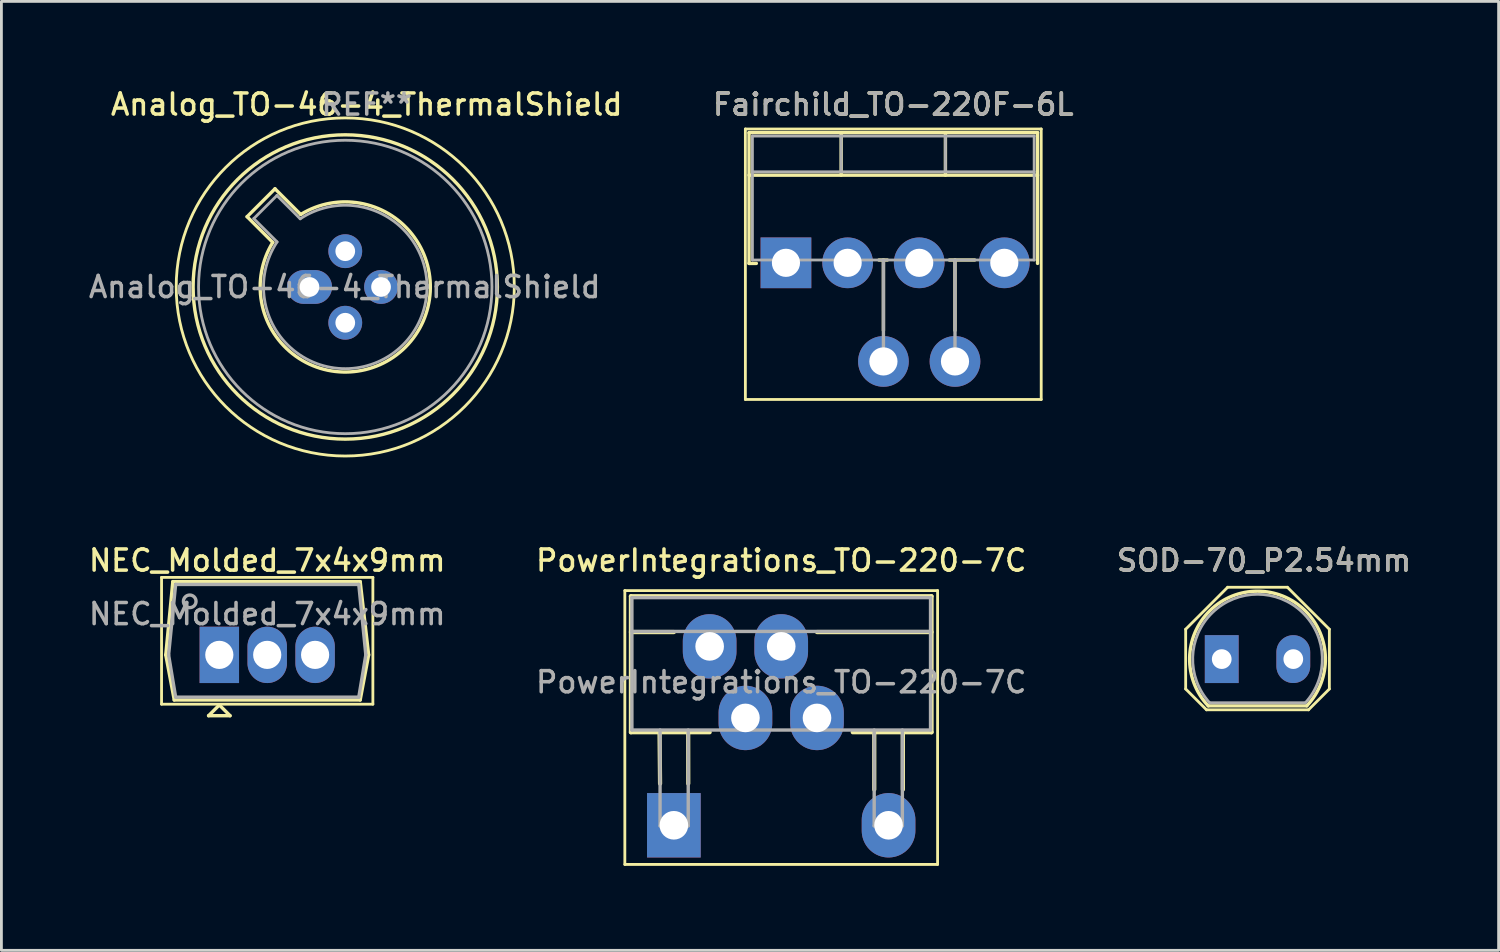
<source format=kicad_pcb>
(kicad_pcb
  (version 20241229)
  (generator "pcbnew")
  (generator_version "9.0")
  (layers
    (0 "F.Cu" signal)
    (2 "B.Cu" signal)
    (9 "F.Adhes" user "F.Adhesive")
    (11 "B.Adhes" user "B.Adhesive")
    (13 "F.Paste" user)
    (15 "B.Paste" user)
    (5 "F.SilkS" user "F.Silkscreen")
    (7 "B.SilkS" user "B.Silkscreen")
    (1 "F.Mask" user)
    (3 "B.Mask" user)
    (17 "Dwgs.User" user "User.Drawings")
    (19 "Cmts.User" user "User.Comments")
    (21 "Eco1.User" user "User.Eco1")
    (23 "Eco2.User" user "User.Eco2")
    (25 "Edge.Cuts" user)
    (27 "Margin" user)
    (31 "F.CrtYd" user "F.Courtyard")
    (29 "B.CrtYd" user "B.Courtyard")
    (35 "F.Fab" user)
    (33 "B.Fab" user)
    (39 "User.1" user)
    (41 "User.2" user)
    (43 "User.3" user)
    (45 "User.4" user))
  (footprint "Fairchild_TO-220F-6L"
    (layer "F.Cu")
    (at 24.845 6.278)
    (property "Reference" "Fairchild_TO-220F-6L" (at 3.81 -5.62 0) (layer "F.SilkS") (effects (font (size 0.75 0.75) (thickness 0.125))))
    (attr through_hole)
    (fp_line (start -1.44 -4.75) (end -1.44 4.85) (stroke (width 0.1) (type solid)) (layer "F.SilkS"))
    (fp_line (start -1.44 4.85) (end 9.06 4.85) (stroke (width 0.1) (type solid)) (layer "F.SilkS"))
    (fp_line (start -1.31 -4.62) (end -1.31 0.021) (stroke (width 0.12) (type solid)) (layer "F.SilkS"))
    (fp_line (start -1.31 -4.62) (end 8.93 -4.62) (stroke (width 0.12) (type solid)) (layer "F.SilkS"))
    (fp_line (start -1.31 -3.111) (end 8.93 -3.111) (stroke (width 0.12) (type solid)) (layer "F.SilkS"))
    (fp_line (start -1.31 0.021) (end -1.05 0.021) (stroke (width 0.12) (type solid)) (layer "F.SilkS"))
    (fp_line (start 1.96 -4.62) (end 1.96 -3.111) (stroke (width 0.12) (type solid)) (layer "F.SilkS"))
    (fp_line (start 3.3 -0.1) (end 3.6 -0.1) (stroke (width 0.12) (type solid)) (layer "F.SilkS"))
    (fp_line (start 3.46 2.4) (end 3.46 -0.1) (stroke (width 0.12) (type solid)) (layer "F.SilkS"))
    (fp_line (start 5.66 -4.62) (end 5.66 -3.111) (stroke (width 0.12) (type solid)) (layer "F.SilkS"))
    (fp_line (start 5.8 -0.1) (end 6.7 -0.1) (stroke (width 0.12) (type solid)) (layer "F.SilkS"))
    (fp_line (start 6 -0.1) (end 6 2.4) (stroke (width 0.12) (type solid)) (layer "F.SilkS"))
    (fp_line (start 8.93 -4.62) (end 8.93 0.021) (stroke (width 0.12) (type solid)) (layer "F.SilkS"))
    (fp_line (start 9.06 -4.75) (end -1.44 -4.75) (stroke (width 0.1) (type solid)) (layer "F.SilkS"))
    (fp_line (start 9.06 4.85) (end 9.06 -4.75) (stroke (width 0.1) (type solid)) (layer "F.SilkS"))
    (fp_line (start -1.19 -4.5) (end -1.19 -0.1) (stroke (width 0.1) (type solid)) (layer "F.Fab"))
    (fp_line (start -1.19 -3.23) (end 8.81 -3.23) (stroke (width 0.1) (type solid)) (layer "F.Fab"))
    (fp_line (start -1.19 -0.1) (end 8.81 -0.1) (stroke (width 0.1) (type solid)) (layer "F.Fab"))
    (fp_line (start 0 -0.1) (end 0 0) (stroke (width 0.1) (type solid)) (layer "F.Fab"))
    (fp_line (start 1.96 -4.5) (end 1.96 -3.23) (stroke (width 0.1) (type solid)) (layer "F.Fab"))
    (fp_line (start 3.46 3.5) (end 3.46 -0.1) (stroke (width 0.12) (type solid)) (layer "F.Fab"))
    (fp_line (start 5.66 -4.5) (end 5.66 -3.23) (stroke (width 0.1) (type solid)) (layer "F.Fab"))
    (fp_line (start 6 3.5) (end 6 -0.1) (stroke (width 0.12) (type solid)) (layer "F.Fab"))
    (fp_line (start 8.81 -4.5) (end -1.19 -4.5) (stroke (width 0.1) (type solid)) (layer "F.Fab"))
    (fp_line (start 8.81 -0.1) (end 8.81 -4.5) (stroke (width 0.1) (type solid)) (layer "F.Fab"))
    (fp_text user "${REFERENCE}" (at 3.81 -5.62 0) (layer "F.Fab") (effects (font (size 0.75 0.75) (thickness 0.125))))
    (pad "1" thru_hole rect (at 0 0) (size 1.8 1.8) (drill 1) (layers "*.Cu" "*.Mask"))
    (pad "2" thru_hole oval (at 2.19 0) (size 1.8 1.8) (drill 1) (layers "*.Cu" "*.Mask"))
    (pad "3" thru_hole oval (at 3.46 3.5) (size 1.8 1.8) (drill 1) (layers "*.Cu" "*.Mask"))
    (pad "4" thru_hole oval (at 4.73 0) (size 1.8 1.8) (drill 1) (layers "*.Cu" "*.Mask"))
    (pad "5" thru_hole oval (at 6 3.5) (size 1.8 1.8) (drill 1) (layers "*.Cu" "*.Mask"))
    (pad "6" thru_hole oval (at 7.75 0) (size 1.8 1.8) (drill 1) (layers "*.Cu" "*.Mask")))
  (footprint "Analog_TO-46-4_ThermalShield"
    (layer "F.Cu")
    (at 7.934 7.135)
    (property "Reference" "Analog_TO-46-4_ThermalShield" (at 2.032 -6.477 0) (layer "F.SilkS") (effects (font (size 0.75 0.75) (thickness 0.125))))
    (attr through_hole)
    (fp_line (start -2.214 -2.494) (end -1.302 -1.582) (stroke (width 0.12) (type solid)) (layer "F.SilkS"))
    (fp_line (start -1.224 -3.484) (end -2.214 -2.494) (stroke (width 0.12) (type solid)) (layer "F.SilkS"))
    (fp_line (start -0.312 -2.572) (end -1.224 -3.484) (stroke (width 0.12) (type solid)) (layer "F.SilkS"))
    (fp_arc (start -0.312331 -2.572281) (mid 3.405374 2.135551) (end -1.30215 -1.582544) (stroke (width 0.12) (type solid)) (layer "F.SilkS"))
    (fp_circle (center 1.27 0) (end 6.67 0) (stroke (width 0.12) (type solid)) (fill no) (layer "F.SilkS"))
    (fp_circle (center 1.27 0) (end 7.27 0) (stroke (width 0.1) (type solid)) (fill no) (layer "F.SilkS"))
    (fp_line (start -1.977 -2.426) (end -1.149 -1.599) (stroke (width 0.1) (type solid)) (layer "F.Fab"))
    (fp_line (start -1.156 -3.247) (end -1.977 -2.426) (stroke (width 0.1) (type solid)) (layer "F.Fab"))
    (fp_line (start -0.329 -2.419) (end -1.156 -3.247) (stroke (width 0.1) (type solid)) (layer "F.Fab"))
    (fp_arc (start -0.329057 -2.419301) (mid 3.321076 2.050143) (end -1.150029 -1.597956) (stroke (width 0.1) (type solid)) (layer "F.Fab"))
    (fp_circle (center 1.27 0) (end 6.477 0) (stroke (width 0.1) (type solid)) (fill no) (layer "F.Fab"))
    (fp_text user "${REFERENCE}" (at 1.25 0 0) (layer "F.Fab") (effects (font (size 0.75 0.75) (thickness 0.125))))
    (fp_text user "REF**" (at 2.032 -6.477 0) (layer "F.Fab") (effects (font (size 0.75 0.75) (thickness 0.125))))
    (pad "1" thru_hole oval (at 0 0) (size 1.6 1.2) (drill 0.7) (layers "*.Cu" "*.Mask"))
    (pad "2" thru_hole circle (at 1.27 1.27) (size 1.2 1.2) (drill 0.7) (layers "*.Cu" "*.Mask"))
    (pad "3" thru_hole circle (at 2.54 0) (size 1.2 1.2) (drill 0.7) (layers "*.Cu" "*.Mask"))
    (pad "4" thru_hole circle (at 1.27 -1.27) (size 1.2 1.2) (drill 0.7) (layers "*.Cu" "*.Mask")))
  (footprint "SOD-70_P2.54mm"
    (layer "F.Cu")
    (at 40.312 20.343)
    (property "Reference" "SOD-70_P2.54mm" (at 1.5 -3.5 0) (layer "F.SilkS") (effects (font (size 0.75 0.75) (thickness 0.125))))
    (attr through_hole)
    (fp_line (start -1.28 1.06) (end -1.28 -1.06) (stroke (width 0.1) (type solid)) (layer "F.SilkS"))
    (fp_line (start -1.28 1.06) (end -0.54 1.8) (stroke (width 0.1) (type solid)) (layer "F.SilkS"))
    (fp_line (start 0.21 -2.55) (end -1.28 -1.06) (stroke (width 0.1) (type solid)) (layer "F.SilkS"))
    (fp_line (start 0.21 -2.55) (end 2.33 -2.55) (stroke (width 0.1) (type solid)) (layer "F.SilkS"))
    (fp_line (start 2.33 -2.55) (end 3.82 -1.06) (stroke (width 0.1) (type solid)) (layer "F.SilkS"))
    (fp_line (start 3.017 1.66) (end -0.477 1.66) (stroke (width 0.12) (type solid)) (layer "F.SilkS"))
    (fp_line (start 3.08 1.8) (end -0.54 1.8) (stroke (width 0.1) (type solid)) (layer "F.SilkS"))
    (fp_line (start 3.08 1.8) (end 3.82 1.06) (stroke (width 0.1) (type solid)) (layer "F.SilkS"))
    (fp_line (start 3.82 -1.06) (end 3.82 1.06) (stroke (width 0.1) (type solid)) (layer "F.SilkS"))
    (fp_arc (start -0.477141 1.66) (mid 1.27 -2.41) (end 3.017141 1.66) (stroke (width 0.12) (type solid)) (layer "F.SilkS"))
    (fp_line (start 2.969 1.55) (end -0.429 1.55) (stroke (width 0.1) (type solid)) (layer "F.Fab"))
    (fp_arc (start -0.429265 1.55) (mid 1.27 -2.3) (end 2.969265 1.55) (stroke (width 0.1) (type solid)) (layer "F.Fab"))
    (fp_text user "${REFERENCE}" (at 1.5 -3.5 0) (layer "F.Fab") (effects (font (size 0.75 0.75) (thickness 0.125))))
    (pad "1" thru_hole rect (at 0 0) (size 1.2 1.7) (drill 0.7) (layers "*.Cu" "*.Mask"))
    (pad "2" thru_hole oval (at 2.54 0) (size 1.2 1.7) (drill 0.7) (layers "*.Cu" "*.Mask")))
  (footprint "PowerIntegrations_TO-220-7C"
    (layer "F.Cu")
    (at 20.867 26.241)
    (property "Reference" "PowerIntegrations_TO-220-7C" (at 3.81 -9.398 0) (layer "F.SilkS") (effects (font (size 0.75 0.75) (thickness 0.125))))
    (attr through_hole)
    (fp_line (start -1.74 -8.33) (end -1.74 1.39) (stroke (width 0.1) (type solid)) (layer "F.SilkS"))
    (fp_line (start -1.74 -8.33) (end 9.36 -8.33) (stroke (width 0.1) (type solid)) (layer "F.SilkS"))
    (fp_line (start -1.524 -8.128) (end -1.524 -3.302) (stroke (width 0.15) (type solid)) (layer "F.SilkS"))
    (fp_line (start -1.524 -6.858) (end 0 -6.858) (stroke (width 0.15) (type solid)) (layer "F.SilkS"))
    (fp_line (start -1.524 -3.302) (end 1.27 -3.302) (stroke (width 0.15) (type solid)) (layer "F.SilkS"))
    (fp_line (start -0.49 -1.48) (end -0.508 -3.302) (stroke (width 0.15) (type solid)) (layer "F.SilkS"))
    (fp_line (start 0.51 -1.48) (end 0.508 -3.302) (stroke (width 0.15) (type solid)) (layer "F.SilkS"))
    (fp_line (start 7.112 -1.27) (end 7.112 -3.302) (stroke (width 0.15) (type solid)) (layer "F.SilkS"))
    (fp_line (start 8.128 -1.27) (end 8.128 -3.302) (stroke (width 0.15) (type solid)) (layer "F.SilkS"))
    (fp_line (start 9.144 -8.128) (end -1.524 -8.128) (stroke (width 0.15) (type solid)) (layer "F.SilkS"))
    (fp_line (start 9.144 -8.128) (end 9.144 -3.302) (stroke (width 0.15) (type solid)) (layer "F.SilkS"))
    (fp_line (start 9.144 -6.858) (end 5.08 -6.858) (stroke (width 0.15) (type solid)) (layer "F.SilkS"))
    (fp_line (start 9.144 -3.302) (end 6.35 -3.302) (stroke (width 0.15) (type solid)) (layer "F.SilkS"))
    (fp_line (start 9.36 1.39) (end -1.74 1.39) (stroke (width 0.1) (type solid)) (layer "F.SilkS"))
    (fp_line (start 9.36 1.39) (end 9.36 -8.33) (stroke (width 0.1) (type solid)) (layer "F.SilkS"))
    (fp_line (start -1.49 -8.08) (end -1.49 -3.38) (stroke (width 0.12) (type solid)) (layer "F.Fab"))
    (fp_line (start -1.49 -6.88) (end 9.11 -6.88) (stroke (width 0.12) (type solid)) (layer "F.Fab"))
    (fp_line (start -1.49 -3.38) (end 9.11 -3.38) (stroke (width 0.12) (type solid)) (layer "F.Fab"))
    (fp_line (start -0.49 -3.38) (end -0.49 0.02) (stroke (width 0.12) (type solid)) (layer "F.Fab"))
    (fp_line (start -0.49 0.02) (end 0.51 0.02) (stroke (width 0.12) (type solid)) (layer "F.Fab"))
    (fp_line (start 0.51 0.02) (end 0.51 -3.38) (stroke (width 0.12) (type solid)) (layer "F.Fab"))
    (fp_line (start 7.11 -3.38) (end 7.11 0.02) (stroke (width 0.12) (type solid)) (layer "F.Fab"))
    (fp_line (start 7.11 0.02) (end 8.11 0.02) (stroke (width 0.12) (type solid)) (layer "F.Fab"))
    (fp_line (start 8.11 0.02) (end 8.11 -3.38) (stroke (width 0.12) (type solid)) (layer "F.Fab"))
    (fp_line (start 9.11 -8.08) (end -1.49 -8.08) (stroke (width 0.12) (type solid)) (layer "F.Fab"))
    (fp_line (start 9.11 -3.38) (end 9.11 -8.08) (stroke (width 0.12) (type solid)) (layer "F.Fab"))
    (fp_text user "${REFERENCE}" (at 3.81 -5.08 0) (layer "F.Fab") (effects (font (size 0.75 0.75) (thickness 0.125))))
    (pad "1" thru_hole rect (at 0 0) (size 1.905 2.286) (drill 1.016) (layers "*.Cu" "*.Mask"))
    (pad "2" thru_hole oval (at 1.27 -6.35) (size 1.905 2.286) (drill 1.016) (layers "*.Cu" "*.Mask"))
    (pad "3" thru_hole oval (at 2.54 -3.81) (size 1.905 2.286) (drill 1.016) (layers "*.Cu" "*.Mask"))
    (pad "4" thru_hole oval (at 3.81 -6.35) (size 1.905 2.286) (drill 1.016) (layers "*.Cu" "*.Mask"))
    (pad "5" thru_hole oval (at 5.08 -3.81) (size 1.905 2.286) (drill 1.016) (layers "*.Cu" "*.Mask"))
    (pad "7" thru_hole oval (at 7.62 0) (size 1.905 2.286) (drill 1.016) (layers "*.Cu" "*.Mask")))
  (footprint "NEC_Molded_7x4x9mm"
    (layer "F.Cu")
    (at 4.734 20.193)
    (property "Reference" "NEC_Molded_7x4x9mm" (at 1.7 -3.35 0) (layer "F.SilkS") (effects (font (size 0.75 0.75) (thickness 0.125))))
    (attr through_hole)
    (fp_line (start -2.05 -2.75) (end -2.05 1.75) (stroke (width 0.1) (type solid)) (layer "F.SilkS"))
    (fp_line (start -2.05 1.75) (end 5.45 1.75) (stroke (width 0.1) (type solid)) (layer "F.SilkS"))
    (fp_line (start -1.9 0) (end -1.6 1.6) (stroke (width 0.12) (type solid)) (layer "F.SilkS"))
    (fp_line (start -1.65 -2.6) (end -1.9 0) (stroke (width 0.12) (type solid)) (layer "F.SilkS"))
    (fp_line (start -1.6 1.6) (end 5 1.6) (stroke (width 0.12) (type solid)) (layer "F.SilkS"))
    (fp_line (start -0.381 2.159) (end 0.381 2.159) (stroke (width 0.12) (type solid)) (layer "F.SilkS"))
    (fp_line (start 0 1.778) (end -0.381 2.159) (stroke (width 0.12) (type solid)) (layer "F.SilkS"))
    (fp_line (start 0.381 2.159) (end 0 1.778) (stroke (width 0.12) (type solid)) (layer "F.SilkS"))
    (fp_line (start 5 -2.6) (end -1.65 -2.6) (stroke (width 0.12) (type solid)) (layer "F.SilkS"))
    (fp_line (start 5 1.6) (end 5.3 0) (stroke (width 0.12) (type solid)) (layer "F.SilkS"))
    (fp_line (start 5.3 0) (end 5 -2.6) (stroke (width 0.12) (type solid)) (layer "F.SilkS"))
    (fp_line (start 5.45 -2.75) (end -2.05 -2.75) (stroke (width 0.1) (type solid)) (layer "F.SilkS"))
    (fp_line (start 5.45 1.75) (end 5.45 -2.75) (stroke (width 0.1) (type solid)) (layer "F.SilkS"))
    (fp_line (start -1.8 0) (end -1.55 -2.5) (stroke (width 0.12) (type solid)) (layer "F.Fab"))
    (fp_line (start -1.55 1.5) (end -1.8 0) (stroke (width 0.12) (type solid)) (layer "F.Fab"))
    (fp_line (start -1.55 1.5) (end 4.95 1.5) (stroke (width 0.12) (type solid)) (layer "F.Fab"))
    (fp_line (start 4.95 -2.5) (end -1.55 -2.5) (stroke (width 0.12) (type solid)) (layer "F.Fab"))
    (fp_line (start 4.95 -2.5) (end 5.2 0) (stroke (width 0.12) (type solid)) (layer "F.Fab"))
    (fp_line (start 5.2 0) (end 4.95 1.5) (stroke (width 0.12) (type solid)) (layer "F.Fab"))
    (fp_circle (center -1.05 -1.9) (end -0.85 -1.8) (stroke (width 0.12) (type solid)) (fill no) (layer "F.Fab"))
    (fp_text user "${REFERENCE}" (at 1.7 -1.45 0) (layer "F.Fab") (effects (font (size 0.75 0.75) (thickness 0.125))))
    (pad "1" thru_hole rect (at 0 0 180) (size 1.4 2) (drill 1) (layers "*.Cu" "*.Mask"))
    (pad "2" thru_hole oval (at 1.7 0 180) (size 1.4 2) (drill 1) (layers "*.Cu" "*.Mask"))
    (pad "3" thru_hole oval (at 3.4 0 180) (size 1.4 2) (drill 1) (layers "*.Cu" "*.Mask")))
  (gr_rect
    (start -3 -3)
    (end 50.139 30.681)
    (stroke (width 0.1) (type default))
    (fill no)
    (layer "Edge.Cuts")))
</source>
